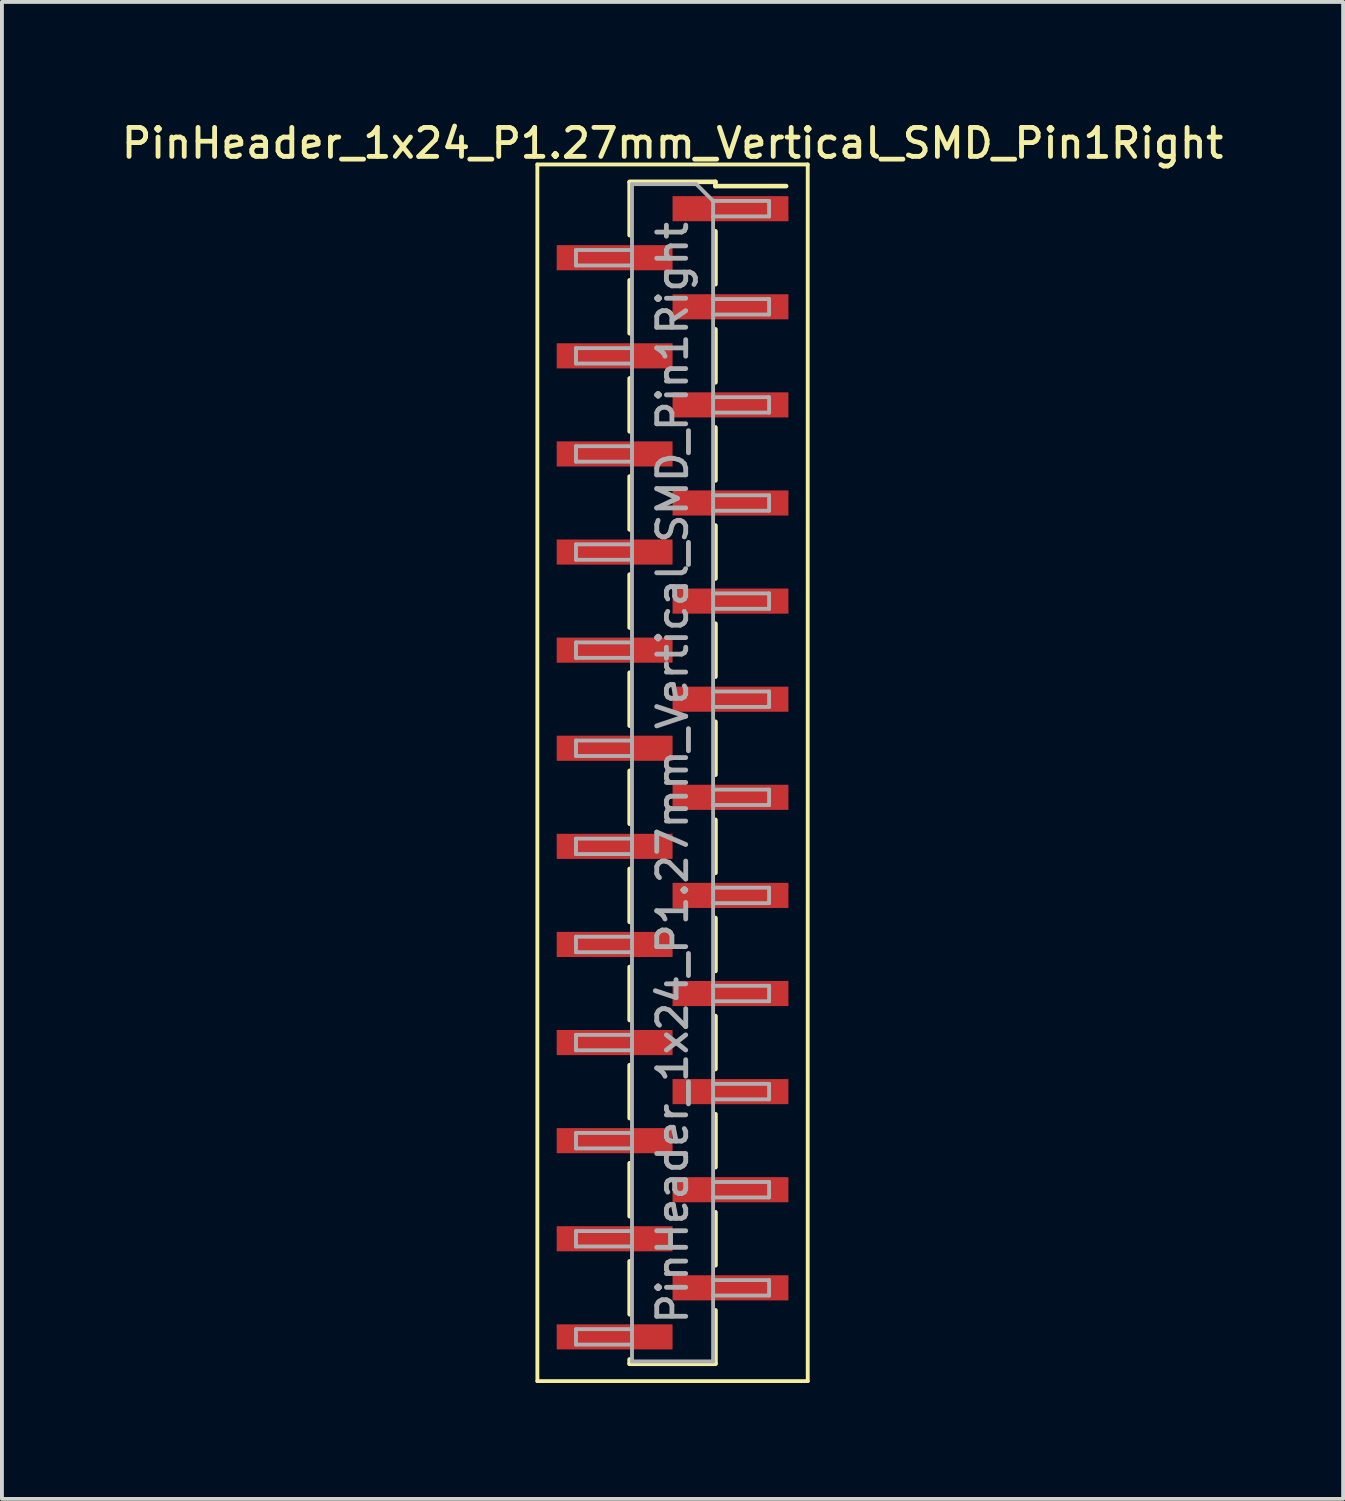
<source format=kicad_pcb>
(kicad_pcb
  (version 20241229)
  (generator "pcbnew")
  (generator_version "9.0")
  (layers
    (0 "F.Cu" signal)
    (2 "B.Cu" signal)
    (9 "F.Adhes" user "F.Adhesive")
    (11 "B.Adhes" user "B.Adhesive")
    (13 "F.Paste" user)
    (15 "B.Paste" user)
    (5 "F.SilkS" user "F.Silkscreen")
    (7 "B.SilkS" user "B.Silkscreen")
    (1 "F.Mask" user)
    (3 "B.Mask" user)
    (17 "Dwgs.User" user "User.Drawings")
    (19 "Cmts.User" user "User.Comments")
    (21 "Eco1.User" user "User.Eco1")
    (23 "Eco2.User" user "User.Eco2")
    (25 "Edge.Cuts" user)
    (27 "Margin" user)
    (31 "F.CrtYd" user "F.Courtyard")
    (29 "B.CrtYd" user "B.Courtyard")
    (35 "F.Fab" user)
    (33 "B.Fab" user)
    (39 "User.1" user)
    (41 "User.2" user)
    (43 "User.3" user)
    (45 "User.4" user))
  (footprint "PinHeader_1x24_P1.27mm_Vertical_SMD_Pin1Right"
    (layer "F.Cu")
    (at 14.363 16.958)
    (property "Reference" "PinHeader_1x24_P1.27mm_Vertical_SMD_Pin1Right" (at 0 -16.3 0) (layer "F.SilkS") (effects (font (size 0.75 0.75) (thickness 0.125))))
    (attr smd)
    (fp_line (start -3.5 -15.75) (end -3.5 15.75) (stroke (width 0.1) (type solid)) (layer "F.SilkS"))
    (fp_line (start -3.5 15.75) (end 3.5 15.75) (stroke (width 0.1) (type solid)) (layer "F.SilkS"))
    (fp_line (start -1.11 -15.3) (end 1.11 -15.3) (stroke (width 0.12) (type solid)) (layer "F.SilkS"))
    (fp_line (start -1.11 -15.29) (end -1.11 -13.92) (stroke (width 0.12) (type solid)) (layer "F.SilkS"))
    (fp_line (start -1.11 -12.75) (end -1.11 -11.38) (stroke (width 0.12) (type solid)) (layer "F.SilkS"))
    (fp_line (start -1.11 -10.21) (end -1.11 -8.84) (stroke (width 0.12) (type solid)) (layer "F.SilkS"))
    (fp_line (start -1.11 -7.67) (end -1.11 -6.3) (stroke (width 0.12) (type solid)) (layer "F.SilkS"))
    (fp_line (start -1.11 -5.13) (end -1.11 -3.76) (stroke (width 0.12) (type solid)) (layer "F.SilkS"))
    (fp_line (start -1.11 -2.59) (end -1.11 -1.22) (stroke (width 0.12) (type solid)) (layer "F.SilkS"))
    (fp_line (start -1.11 -0.05) (end -1.11 1.32) (stroke (width 0.12) (type solid)) (layer "F.SilkS"))
    (fp_line (start -1.11 2.49) (end -1.11 3.86) (stroke (width 0.12) (type solid)) (layer "F.SilkS"))
    (fp_line (start -1.11 5.03) (end -1.11 6.4) (stroke (width 0.12) (type solid)) (layer "F.SilkS"))
    (fp_line (start -1.11 7.57) (end -1.11 8.94) (stroke (width 0.12) (type solid)) (layer "F.SilkS"))
    (fp_line (start -1.11 10.11) (end -1.11 11.48) (stroke (width 0.12) (type solid)) (layer "F.SilkS"))
    (fp_line (start -1.11 12.65) (end -1.11 14.02) (stroke (width 0.12) (type solid)) (layer "F.SilkS"))
    (fp_line (start -1.11 15.19) (end -1.11 15.3) (stroke (width 0.12) (type solid)) (layer "F.SilkS"))
    (fp_line (start -1.11 15.3) (end 1.11 15.3) (stroke (width 0.12) (type solid)) (layer "F.SilkS"))
    (fp_line (start 1.11 -15.3) (end 1.11 -15.19) (stroke (width 0.12) (type solid)) (layer "F.SilkS"))
    (fp_line (start 1.11 -15.19) (end 2.94 -15.19) (stroke (width 0.12) (type solid)) (layer "F.SilkS"))
    (fp_line (start 1.11 -14.02) (end 1.11 -12.65) (stroke (width 0.12) (type solid)) (layer "F.SilkS"))
    (fp_line (start 1.11 -11.48) (end 1.11 -10.11) (stroke (width 0.12) (type solid)) (layer "F.SilkS"))
    (fp_line (start 1.11 -8.94) (end 1.11 -7.57) (stroke (width 0.12) (type solid)) (layer "F.SilkS"))
    (fp_line (start 1.11 -6.4) (end 1.11 -5.03) (stroke (width 0.12) (type solid)) (layer "F.SilkS"))
    (fp_line (start 1.11 -3.86) (end 1.11 -2.49) (stroke (width 0.12) (type solid)) (layer "F.SilkS"))
    (fp_line (start 1.11 -1.32) (end 1.11 0.05) (stroke (width 0.12) (type solid)) (layer "F.SilkS"))
    (fp_line (start 1.11 1.22) (end 1.11 2.59) (stroke (width 0.12) (type solid)) (layer "F.SilkS"))
    (fp_line (start 1.11 3.76) (end 1.11 5.13) (stroke (width 0.12) (type solid)) (layer "F.SilkS"))
    (fp_line (start 1.11 6.3) (end 1.11 7.67) (stroke (width 0.12) (type solid)) (layer "F.SilkS"))
    (fp_line (start 1.11 8.84) (end 1.11 10.21) (stroke (width 0.12) (type solid)) (layer "F.SilkS"))
    (fp_line (start 1.11 11.38) (end 1.11 12.75) (stroke (width 0.12) (type solid)) (layer "F.SilkS"))
    (fp_line (start 1.11 13.92) (end 1.11 15.29) (stroke (width 0.12) (type solid)) (layer "F.SilkS"))
    (fp_line (start 3.5 -15.75) (end -3.5 -15.75) (stroke (width 0.1) (type solid)) (layer "F.SilkS"))
    (fp_line (start 3.5 15.75) (end 3.5 -15.75) (stroke (width 0.1) (type solid)) (layer "F.SilkS"))
    (fp_line (start -2.5 -13.535) (end -2.5 -13.135) (stroke (width 0.1) (type solid)) (layer "F.Fab"))
    (fp_line (start -2.5 -13.135) (end -1.05 -13.135) (stroke (width 0.1) (type solid)) (layer "F.Fab"))
    (fp_line (start -2.5 -10.995) (end -2.5 -10.595) (stroke (width 0.1) (type solid)) (layer "F.Fab"))
    (fp_line (start -2.5 -10.595) (end -1.05 -10.595) (stroke (width 0.1) (type solid)) (layer "F.Fab"))
    (fp_line (start -2.5 -8.455) (end -2.5 -8.055) (stroke (width 0.1) (type solid)) (layer "F.Fab"))
    (fp_line (start -2.5 -8.055) (end -1.05 -8.055) (stroke (width 0.1) (type solid)) (layer "F.Fab"))
    (fp_line (start -2.5 -5.915) (end -2.5 -5.515) (stroke (width 0.1) (type solid)) (layer "F.Fab"))
    (fp_line (start -2.5 -5.515) (end -1.05 -5.515) (stroke (width 0.1) (type solid)) (layer "F.Fab"))
    (fp_line (start -2.5 -3.375) (end -2.5 -2.975) (stroke (width 0.1) (type solid)) (layer "F.Fab"))
    (fp_line (start -2.5 -2.975) (end -1.05 -2.975) (stroke (width 0.1) (type solid)) (layer "F.Fab"))
    (fp_line (start -2.5 -0.835) (end -2.5 -0.435) (stroke (width 0.1) (type solid)) (layer "F.Fab"))
    (fp_line (start -2.5 -0.435) (end -1.05 -0.435) (stroke (width 0.1) (type solid)) (layer "F.Fab"))
    (fp_line (start -2.5 1.705) (end -2.5 2.105) (stroke (width 0.1) (type solid)) (layer "F.Fab"))
    (fp_line (start -2.5 2.105) (end -1.05 2.105) (stroke (width 0.1) (type solid)) (layer "F.Fab"))
    (fp_line (start -2.5 4.245) (end -2.5 4.645) (stroke (width 0.1) (type solid)) (layer "F.Fab"))
    (fp_line (start -2.5 4.645) (end -1.05 4.645) (stroke (width 0.1) (type solid)) (layer "F.Fab"))
    (fp_line (start -2.5 6.785) (end -2.5 7.185) (stroke (width 0.1) (type solid)) (layer "F.Fab"))
    (fp_line (start -2.5 7.185) (end -1.05 7.185) (stroke (width 0.1) (type solid)) (layer "F.Fab"))
    (fp_line (start -2.5 9.325) (end -2.5 9.725) (stroke (width 0.1) (type solid)) (layer "F.Fab"))
    (fp_line (start -2.5 9.725) (end -1.05 9.725) (stroke (width 0.1) (type solid)) (layer "F.Fab"))
    (fp_line (start -2.5 11.865) (end -2.5 12.265) (stroke (width 0.1) (type solid)) (layer "F.Fab"))
    (fp_line (start -2.5 12.265) (end -1.05 12.265) (stroke (width 0.1) (type solid)) (layer "F.Fab"))
    (fp_line (start -2.5 14.405) (end -2.5 14.805) (stroke (width 0.1) (type solid)) (layer "F.Fab"))
    (fp_line (start -2.5 14.805) (end -1.05 14.805) (stroke (width 0.1) (type solid)) (layer "F.Fab"))
    (fp_line (start -1.05 -15.24) (end -1.05 15.24) (stroke (width 0.1) (type solid)) (layer "F.Fab"))
    (fp_line (start -1.05 -15.24) (end 0.615 -15.24) (stroke (width 0.1) (type solid)) (layer "F.Fab"))
    (fp_line (start -1.05 -13.535) (end -2.5 -13.535) (stroke (width 0.1) (type solid)) (layer "F.Fab"))
    (fp_line (start -1.05 -10.995) (end -2.5 -10.995) (stroke (width 0.1) (type solid)) (layer "F.Fab"))
    (fp_line (start -1.05 -8.455) (end -2.5 -8.455) (stroke (width 0.1) (type solid)) (layer "F.Fab"))
    (fp_line (start -1.05 -5.915) (end -2.5 -5.915) (stroke (width 0.1) (type solid)) (layer "F.Fab"))
    (fp_line (start -1.05 -3.375) (end -2.5 -3.375) (stroke (width 0.1) (type solid)) (layer "F.Fab"))
    (fp_line (start -1.05 -0.835) (end -2.5 -0.835) (stroke (width 0.1) (type solid)) (layer "F.Fab"))
    (fp_line (start -1.05 1.705) (end -2.5 1.705) (stroke (width 0.1) (type solid)) (layer "F.Fab"))
    (fp_line (start -1.05 4.245) (end -2.5 4.245) (stroke (width 0.1) (type solid)) (layer "F.Fab"))
    (fp_line (start -1.05 6.785) (end -2.5 6.785) (stroke (width 0.1) (type solid)) (layer "F.Fab"))
    (fp_line (start -1.05 9.325) (end -2.5 9.325) (stroke (width 0.1) (type solid)) (layer "F.Fab"))
    (fp_line (start -1.05 11.865) (end -2.5 11.865) (stroke (width 0.1) (type solid)) (layer "F.Fab"))
    (fp_line (start -1.05 14.405) (end -2.5 14.405) (stroke (width 0.1) (type solid)) (layer "F.Fab"))
    (fp_line (start 1.05 -14.805) (end 0.615 -15.24) (stroke (width 0.1) (type solid)) (layer "F.Fab"))
    (fp_line (start 1.05 -14.805) (end 2.5 -14.805) (stroke (width 0.1) (type solid)) (layer "F.Fab"))
    (fp_line (start 1.05 -12.265) (end 2.5 -12.265) (stroke (width 0.1) (type solid)) (layer "F.Fab"))
    (fp_line (start 1.05 -9.725) (end 2.5 -9.725) (stroke (width 0.1) (type solid)) (layer "F.Fab"))
    (fp_line (start 1.05 -7.185) (end 2.5 -7.185) (stroke (width 0.1) (type solid)) (layer "F.Fab"))
    (fp_line (start 1.05 -4.645) (end 2.5 -4.645) (stroke (width 0.1) (type solid)) (layer "F.Fab"))
    (fp_line (start 1.05 -2.105) (end 2.5 -2.105) (stroke (width 0.1) (type solid)) (layer "F.Fab"))
    (fp_line (start 1.05 0.435) (end 2.5 0.435) (stroke (width 0.1) (type solid)) (layer "F.Fab"))
    (fp_line (start 1.05 2.975) (end 2.5 2.975) (stroke (width 0.1) (type solid)) (layer "F.Fab"))
    (fp_line (start 1.05 5.515) (end 2.5 5.515) (stroke (width 0.1) (type solid)) (layer "F.Fab"))
    (fp_line (start 1.05 8.055) (end 2.5 8.055) (stroke (width 0.1) (type solid)) (layer "F.Fab"))
    (fp_line (start 1.05 10.595) (end 2.5 10.595) (stroke (width 0.1) (type solid)) (layer "F.Fab"))
    (fp_line (start 1.05 13.135) (end 2.5 13.135) (stroke (width 0.1) (type solid)) (layer "F.Fab"))
    (fp_line (start 1.05 15.24) (end -1.05 15.24) (stroke (width 0.1) (type solid)) (layer "F.Fab"))
    (fp_line (start 1.05 15.24) (end 1.05 -14.805) (stroke (width 0.1) (type solid)) (layer "F.Fab"))
    (fp_line (start 2.5 -14.805) (end 2.5 -14.405) (stroke (width 0.1) (type solid)) (layer "F.Fab"))
    (fp_line (start 2.5 -14.405) (end 1.05 -14.405) (stroke (width 0.1) (type solid)) (layer "F.Fab"))
    (fp_line (start 2.5 -12.265) (end 2.5 -11.865) (stroke (width 0.1) (type solid)) (layer "F.Fab"))
    (fp_line (start 2.5 -11.865) (end 1.05 -11.865) (stroke (width 0.1) (type solid)) (layer "F.Fab"))
    (fp_line (start 2.5 -9.725) (end 2.5 -9.325) (stroke (width 0.1) (type solid)) (layer "F.Fab"))
    (fp_line (start 2.5 -9.325) (end 1.05 -9.325) (stroke (width 0.1) (type solid)) (layer "F.Fab"))
    (fp_line (start 2.5 -7.185) (end 2.5 -6.785) (stroke (width 0.1) (type solid)) (layer "F.Fab"))
    (fp_line (start 2.5 -6.785) (end 1.05 -6.785) (stroke (width 0.1) (type solid)) (layer "F.Fab"))
    (fp_line (start 2.5 -4.645) (end 2.5 -4.245) (stroke (width 0.1) (type solid)) (layer "F.Fab"))
    (fp_line (start 2.5 -4.245) (end 1.05 -4.245) (stroke (width 0.1) (type solid)) (layer "F.Fab"))
    (fp_line (start 2.5 -2.105) (end 2.5 -1.705) (stroke (width 0.1) (type solid)) (layer "F.Fab"))
    (fp_line (start 2.5 -1.705) (end 1.05 -1.705) (stroke (width 0.1) (type solid)) (layer "F.Fab"))
    (fp_line (start 2.5 0.435) (end 2.5 0.835) (stroke (width 0.1) (type solid)) (layer "F.Fab"))
    (fp_line (start 2.5 0.835) (end 1.05 0.835) (stroke (width 0.1) (type solid)) (layer "F.Fab"))
    (fp_line (start 2.5 2.975) (end 2.5 3.375) (stroke (width 0.1) (type solid)) (layer "F.Fab"))
    (fp_line (start 2.5 3.375) (end 1.05 3.375) (stroke (width 0.1) (type solid)) (layer "F.Fab"))
    (fp_line (start 2.5 5.515) (end 2.5 5.915) (stroke (width 0.1) (type solid)) (layer "F.Fab"))
    (fp_line (start 2.5 5.915) (end 1.05 5.915) (stroke (width 0.1) (type solid)) (layer "F.Fab"))
    (fp_line (start 2.5 8.055) (end 2.5 8.455) (stroke (width 0.1) (type solid)) (layer "F.Fab"))
    (fp_line (start 2.5 8.455) (end 1.05 8.455) (stroke (width 0.1) (type solid)) (layer "F.Fab"))
    (fp_line (start 2.5 10.595) (end 2.5 10.995) (stroke (width 0.1) (type solid)) (layer "F.Fab"))
    (fp_line (start 2.5 10.995) (end 1.05 10.995) (stroke (width 0.1) (type solid)) (layer "F.Fab"))
    (fp_line (start 2.5 13.135) (end 2.5 13.535) (stroke (width 0.1) (type solid)) (layer "F.Fab"))
    (fp_line (start 2.5 13.535) (end 1.05 13.535) (stroke (width 0.1) (type solid)) (layer "F.Fab"))
    (fp_text user "${REFERENCE}" (at 0 0 90) (layer "F.Fab") (effects (font (size 0.75 0.75) (thickness 0.125))))
    (pad "1" smd rect (at 1.5 -14.605) (size 3 0.65) (layers "F.Cu" "F.Mask" "F.Paste"))
    (pad "2" smd rect (at -1.5 -13.335) (size 3 0.65) (layers "F.Cu" "F.Mask" "F.Paste"))
    (pad "3" smd rect (at 1.5 -12.065) (size 3 0.65) (layers "F.Cu" "F.Mask" "F.Paste"))
    (pad "4" smd rect (at -1.5 -10.795) (size 3 0.65) (layers "F.Cu" "F.Mask" "F.Paste"))
    (pad "5" smd rect (at 1.5 -9.525) (size 3 0.65) (layers "F.Cu" "F.Mask" "F.Paste"))
    (pad "6" smd rect (at -1.5 -8.255) (size 3 0.65) (layers "F.Cu" "F.Mask" "F.Paste"))
    (pad "7" smd rect (at 1.5 -6.985) (size 3 0.65) (layers "F.Cu" "F.Mask" "F.Paste"))
    (pad "8" smd rect (at -1.5 -5.715) (size 3 0.65) (layers "F.Cu" "F.Mask" "F.Paste"))
    (pad "9" smd rect (at 1.5 -4.445) (size 3 0.65) (layers "F.Cu" "F.Mask" "F.Paste"))
    (pad "10" smd rect (at -1.5 -3.175) (size 3 0.65) (layers "F.Cu" "F.Mask" "F.Paste"))
    (pad "11" smd rect (at 1.5 -1.905) (size 3 0.65) (layers "F.Cu" "F.Mask" "F.Paste"))
    (pad "12" smd rect (at -1.5 -0.635) (size 3 0.65) (layers "F.Cu" "F.Mask" "F.Paste"))
    (pad "13" smd rect (at 1.5 0.635) (size 3 0.65) (layers "F.Cu" "F.Mask" "F.Paste"))
    (pad "14" smd rect (at -1.5 1.905) (size 3 0.65) (layers "F.Cu" "F.Mask" "F.Paste"))
    (pad "15" smd rect (at 1.5 3.175) (size 3 0.65) (layers "F.Cu" "F.Mask" "F.Paste"))
    (pad "16" smd rect (at -1.5 4.445) (size 3 0.65) (layers "F.Cu" "F.Mask" "F.Paste"))
    (pad "17" smd rect (at 1.5 5.715) (size 3 0.65) (layers "F.Cu" "F.Mask" "F.Paste"))
    (pad "18" smd rect (at -1.5 6.985) (size 3 0.65) (layers "F.Cu" "F.Mask" "F.Paste"))
    (pad "19" smd rect (at 1.5 8.255) (size 3 0.65) (layers "F.Cu" "F.Mask" "F.Paste"))
    (pad "20" smd rect (at -1.5 9.525) (size 3 0.65) (layers "F.Cu" "F.Mask" "F.Paste"))
    (pad "21" smd rect (at 1.5 10.795) (size 3 0.65) (layers "F.Cu" "F.Mask" "F.Paste"))
    (pad "22" smd rect (at -1.5 12.065) (size 3 0.65) (layers "F.Cu" "F.Mask" "F.Paste"))
    (pad "23" smd rect (at 1.5 13.335) (size 3 0.65) (layers "F.Cu" "F.Mask" "F.Paste"))
    (pad "24" smd rect (at -1.5 14.605) (size 3 0.65) (layers "F.Cu" "F.Mask" "F.Paste")))
  (gr_rect
    (start -3 -3)
    (end 31.725 35.758)
    (stroke (width 0.1) (type default))
    (fill no)
    (layer "Edge.Cuts")))
</source>
